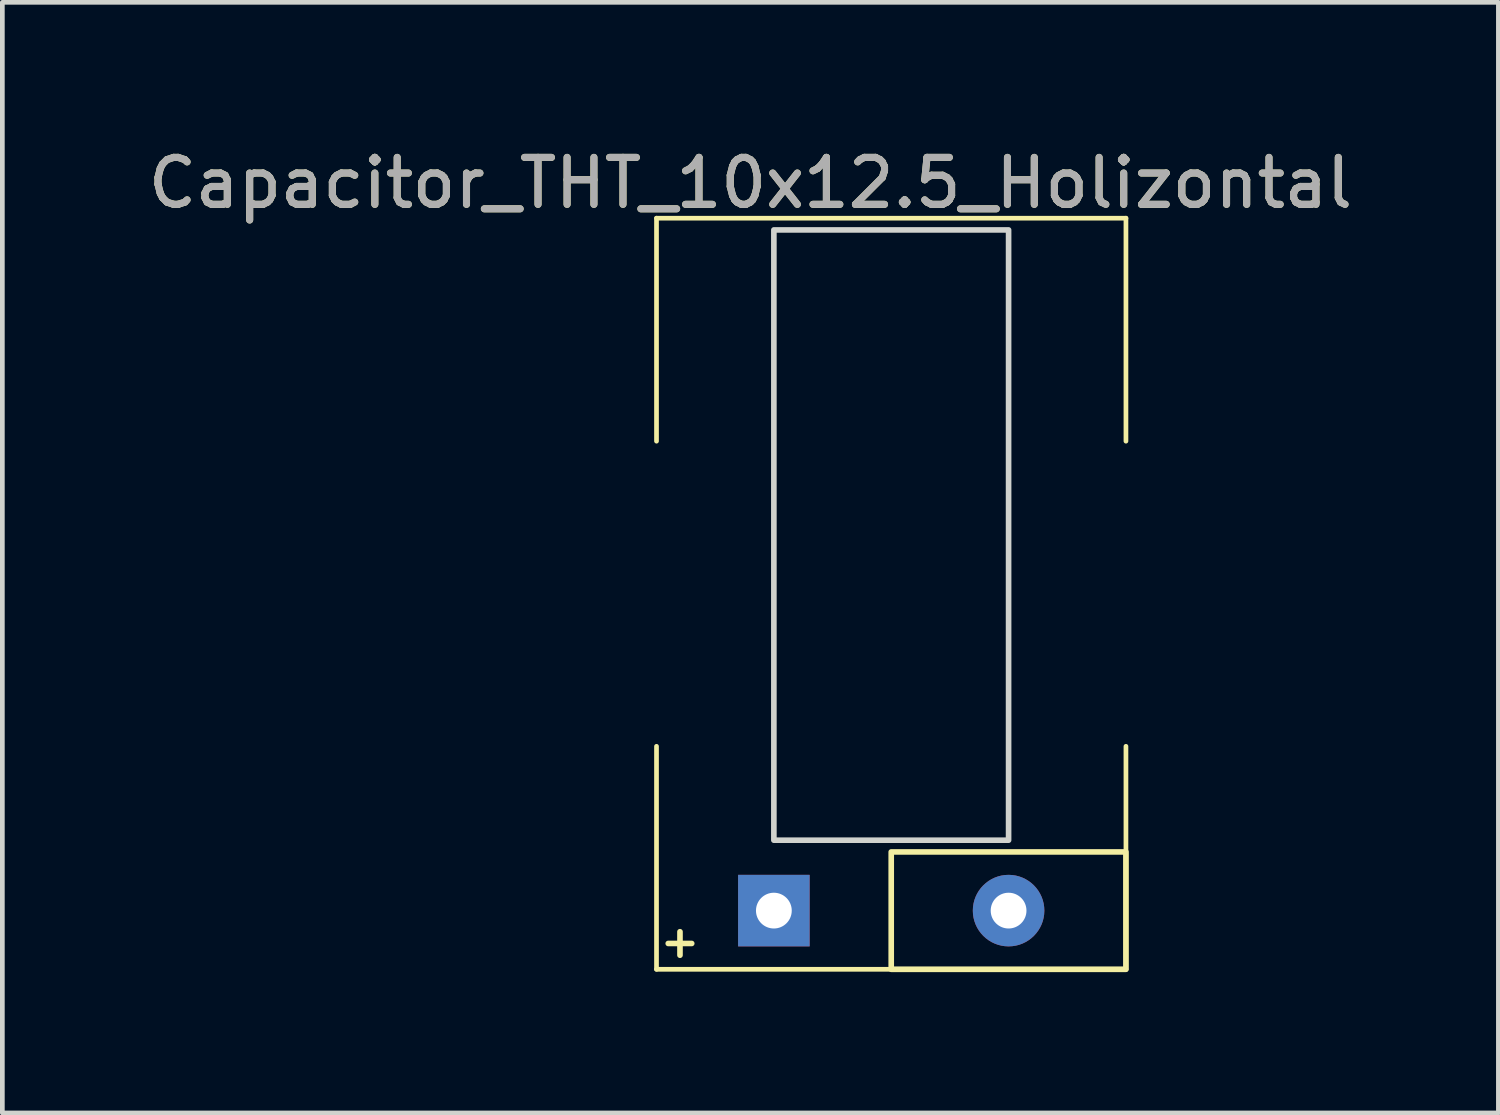
<source format=kicad_pcb>
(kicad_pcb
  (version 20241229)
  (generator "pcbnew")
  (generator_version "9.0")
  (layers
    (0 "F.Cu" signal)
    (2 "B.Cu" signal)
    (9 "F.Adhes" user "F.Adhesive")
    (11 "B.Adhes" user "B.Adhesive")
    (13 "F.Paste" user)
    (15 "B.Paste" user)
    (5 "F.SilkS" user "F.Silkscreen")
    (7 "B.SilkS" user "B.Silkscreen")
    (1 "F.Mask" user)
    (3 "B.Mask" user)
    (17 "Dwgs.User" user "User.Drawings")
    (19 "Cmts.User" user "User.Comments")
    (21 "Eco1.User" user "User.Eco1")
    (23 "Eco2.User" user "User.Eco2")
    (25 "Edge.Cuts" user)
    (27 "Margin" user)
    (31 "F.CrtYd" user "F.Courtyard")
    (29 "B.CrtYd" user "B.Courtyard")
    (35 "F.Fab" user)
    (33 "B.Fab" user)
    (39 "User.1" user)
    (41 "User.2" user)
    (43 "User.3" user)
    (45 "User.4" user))
  (footprint "Capacitor_THT_10x12.5_Holizontal"
    (layer "F.Cu")
    (at 13.435 16.348)
    (property "Reference" "Capacitor_THT_10x12.5_Holizontal" (at -0.5 -15.5 0) (layer "F.SilkS") (effects (font (size 1 1) (thickness 0.15))))
    (attr through_hole)
    (fp_line (start -2.5 -14.75) (end 7.5 -14.75) (stroke (width 0.1) (type solid)) (layer "F.SilkS"))
    (fp_line (start -2.5 -10) (end -2.5 -14.75) (stroke (width 0.1) (type solid)) (layer "F.SilkS"))
    (fp_line (start -2.5 1.25) (end -2.5 -3.5) (stroke (width 0.1) (type solid)) (layer "F.SilkS"))
    (fp_line (start -2.25 0.7) (end -1.75 0.7) (stroke (width 0.12) (type solid)) (layer "F.SilkS"))
    (fp_line (start -2 0.45) (end -2 0.95) (stroke (width 0.12) (type solid)) (layer "F.SilkS"))
    (fp_line (start 7.5 -10) (end 7.5 -14.75) (stroke (width 0.1) (type solid)) (layer "F.SilkS"))
    (fp_line (start 7.5 1.25) (end -2.5 1.25) (stroke (width 0.1) (type solid)) (layer "F.SilkS"))
    (fp_line (start 7.5 1.25) (end 7.5 -3.5) (stroke (width 0.1) (type solid)) (layer "F.SilkS"))
    (fp_rect (start 2.5 -1.25) (end 7.5 1.25) (stroke (width 0.12) (type solid)) (fill no) (layer "F.SilkS"))
    (fp_rect (start 0 -14.5) (end 5 -1.5) (stroke (width 0.12) (type solid)) (fill no) (layer "Edge.Cuts"))
    (fp_text user "${REFERENCE}" (at -0.5 -15.5 0) (layer "F.Fab") (effects (font (size 1 1) (thickness 0.15))))
    (pad "1" thru_hole rect (at 0 0) (size 1.524 1.524) (drill 0.762) (layers "*.Cu" "*.Mask"))
    (pad "2" thru_hole circle (at 5 0) (size 1.524 1.524) (drill 0.762) (layers "*.Cu" "*.Mask")))
  (gr_rect
    (start -3 -3)
    (end 28.869 20.658)
    (stroke (width 0.1) (type default))
    (fill no)
    (layer "Edge.Cuts")))
</source>
